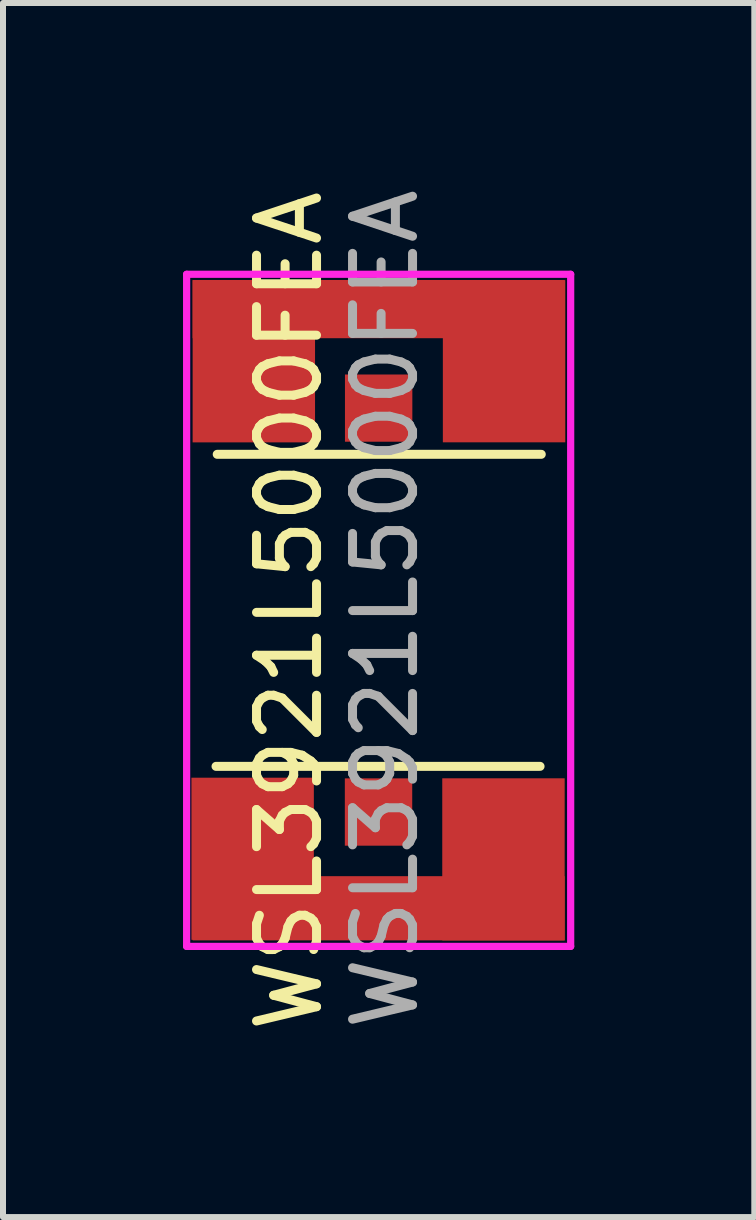
<source format=kicad_pcb>
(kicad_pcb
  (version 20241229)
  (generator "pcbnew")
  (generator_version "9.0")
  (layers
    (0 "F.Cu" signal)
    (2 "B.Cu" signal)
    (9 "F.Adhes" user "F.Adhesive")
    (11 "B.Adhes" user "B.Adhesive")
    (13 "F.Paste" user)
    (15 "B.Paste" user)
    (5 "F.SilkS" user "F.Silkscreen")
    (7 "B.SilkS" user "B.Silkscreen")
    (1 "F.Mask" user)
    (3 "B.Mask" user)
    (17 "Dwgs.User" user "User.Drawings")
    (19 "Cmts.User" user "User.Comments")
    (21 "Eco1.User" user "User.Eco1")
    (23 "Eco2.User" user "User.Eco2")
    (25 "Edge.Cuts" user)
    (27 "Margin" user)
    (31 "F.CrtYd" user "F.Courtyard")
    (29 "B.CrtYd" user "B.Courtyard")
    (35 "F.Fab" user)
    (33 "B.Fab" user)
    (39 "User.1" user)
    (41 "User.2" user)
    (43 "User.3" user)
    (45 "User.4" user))
  (footprint "WSL3921L5000FEA"
    (layer "F.Cu")
    (at 3.17 7.121)
    (property "Reference" "WSL3921L5000FEA" (at -1.4 0.01 90) (unlocked yes) (layer "F.SilkS") (effects (font (size 1 1) (thickness 0.15))))
    (attr smd)
    (fp_line (start -2.62 2.6) (end 2.78 2.6) (stroke (width 0.15) (type solid)) (layer "F.SilkS"))
    (fp_line (start -2.6 -2.6) (end 2.8 -2.6) (stroke (width 0.15) (type solid)) (layer "F.SilkS"))
    (fp_poly (pts (xy -0.42 3.87) (xy -0.42 2.87) (xy 0.58 2.87) (xy 0.58 3.87)) (stroke (width 0.12) (type solid)) (fill yes) (layer "F.Paste"))
    (fp_poly (pts (xy -0.4 -2.86) (xy -0.4 -3.86) (xy 0.6 -3.86) (xy 0.6 -2.86)) (stroke (width 0.12) (type solid)) (fill yes) (layer "F.Paste"))
    (fp_poly (pts (xy -1.05 2.86) (xy -1.05 4.6) (xy 1.21 4.6) (xy 1.21 2.86) (xy 3.12 2.86) (xy 3.12 5.44) (xy -2.96 5.44) (xy -2.96 2.86)) (stroke (width 0.12) (type solid)) (fill yes) (layer "F.Paste"))
    (fp_poly (pts (xy 1.22 -2.86) (xy 1.22 -4.49) (xy -1.03 -4.49) (xy -1.03 -2.86) (xy -2.94 -2.86) (xy -2.94 -5.44) (xy 3.14 -5.44) (xy 3.14 -2.86)) (stroke (width 0.12) (type solid)) (fill yes) (layer "F.Paste"))
    (fp_line (start -3.11 -5.6) (end 3.29 -5.6) (stroke (width 0.12) (type solid)) (layer "F.CrtYd"))
    (fp_line (start -3.11 5.6) (end -3.11 -5.6) (stroke (width 0.12) (type solid)) (layer "F.CrtYd"))
    (fp_line (start 3.29 -5.6) (end 3.29 5.6) (stroke (width 0.12) (type solid)) (layer "F.CrtYd"))
    (fp_line (start 3.29 5.6) (end -3.11 5.6) (stroke (width 0.12) (type solid)) (layer "F.CrtYd"))
    (fp_text user "${REFERENCE}" (at 0.2 -0.02 90) (unlocked yes) (layer "F.Fab") (effects (font (size 1 1) (thickness 0.15))))
    (pad "1" smd rect (at -2.01 4.14) (size 2.04 2.702) (layers "F.Cu" "F.Mask" "F.Paste"))
    (pad "1" smd rect (at 0.09 4.965 90) (size 1.07 6.2) (layers "F.Cu" "F.Mask"))
    (pad "1" smd rect (at 2.17 4.15) (size 2.04 2.702) (layers "F.Cu" "F.Mask" "F.Paste"))
    (pad "2" smd rect (at -1.99 -4.15) (size 2.04 2.702) (layers "F.Cu" "F.Mask" "F.Paste"))
    (pad "2" smd rect (at 0.09 -5.02 90) (size 0.97 6.2) (layers "F.Cu" "F.Mask"))
    (pad "2" smd rect (at 2.18 -4.151) (size 2.04 2.702) (layers "F.Cu" "F.Mask" "F.Paste"))
    (pad "3" smd rect (at 0.088 3.361 180) (size 1.123 1.122) (layers "F.Cu" "F.Mask" "F.Paste"))
    (pad "4" smd rect (at 0.09 -3.37 90) (size 1.12 1.123) (layers "F.Cu" "F.Mask")))
  (gr_rect
    (start -3 -3)
    (end 9.52 17.232)
    (stroke (width 0.1) (type default))
    (fill no)
    (layer "Edge.Cuts")))
</source>
